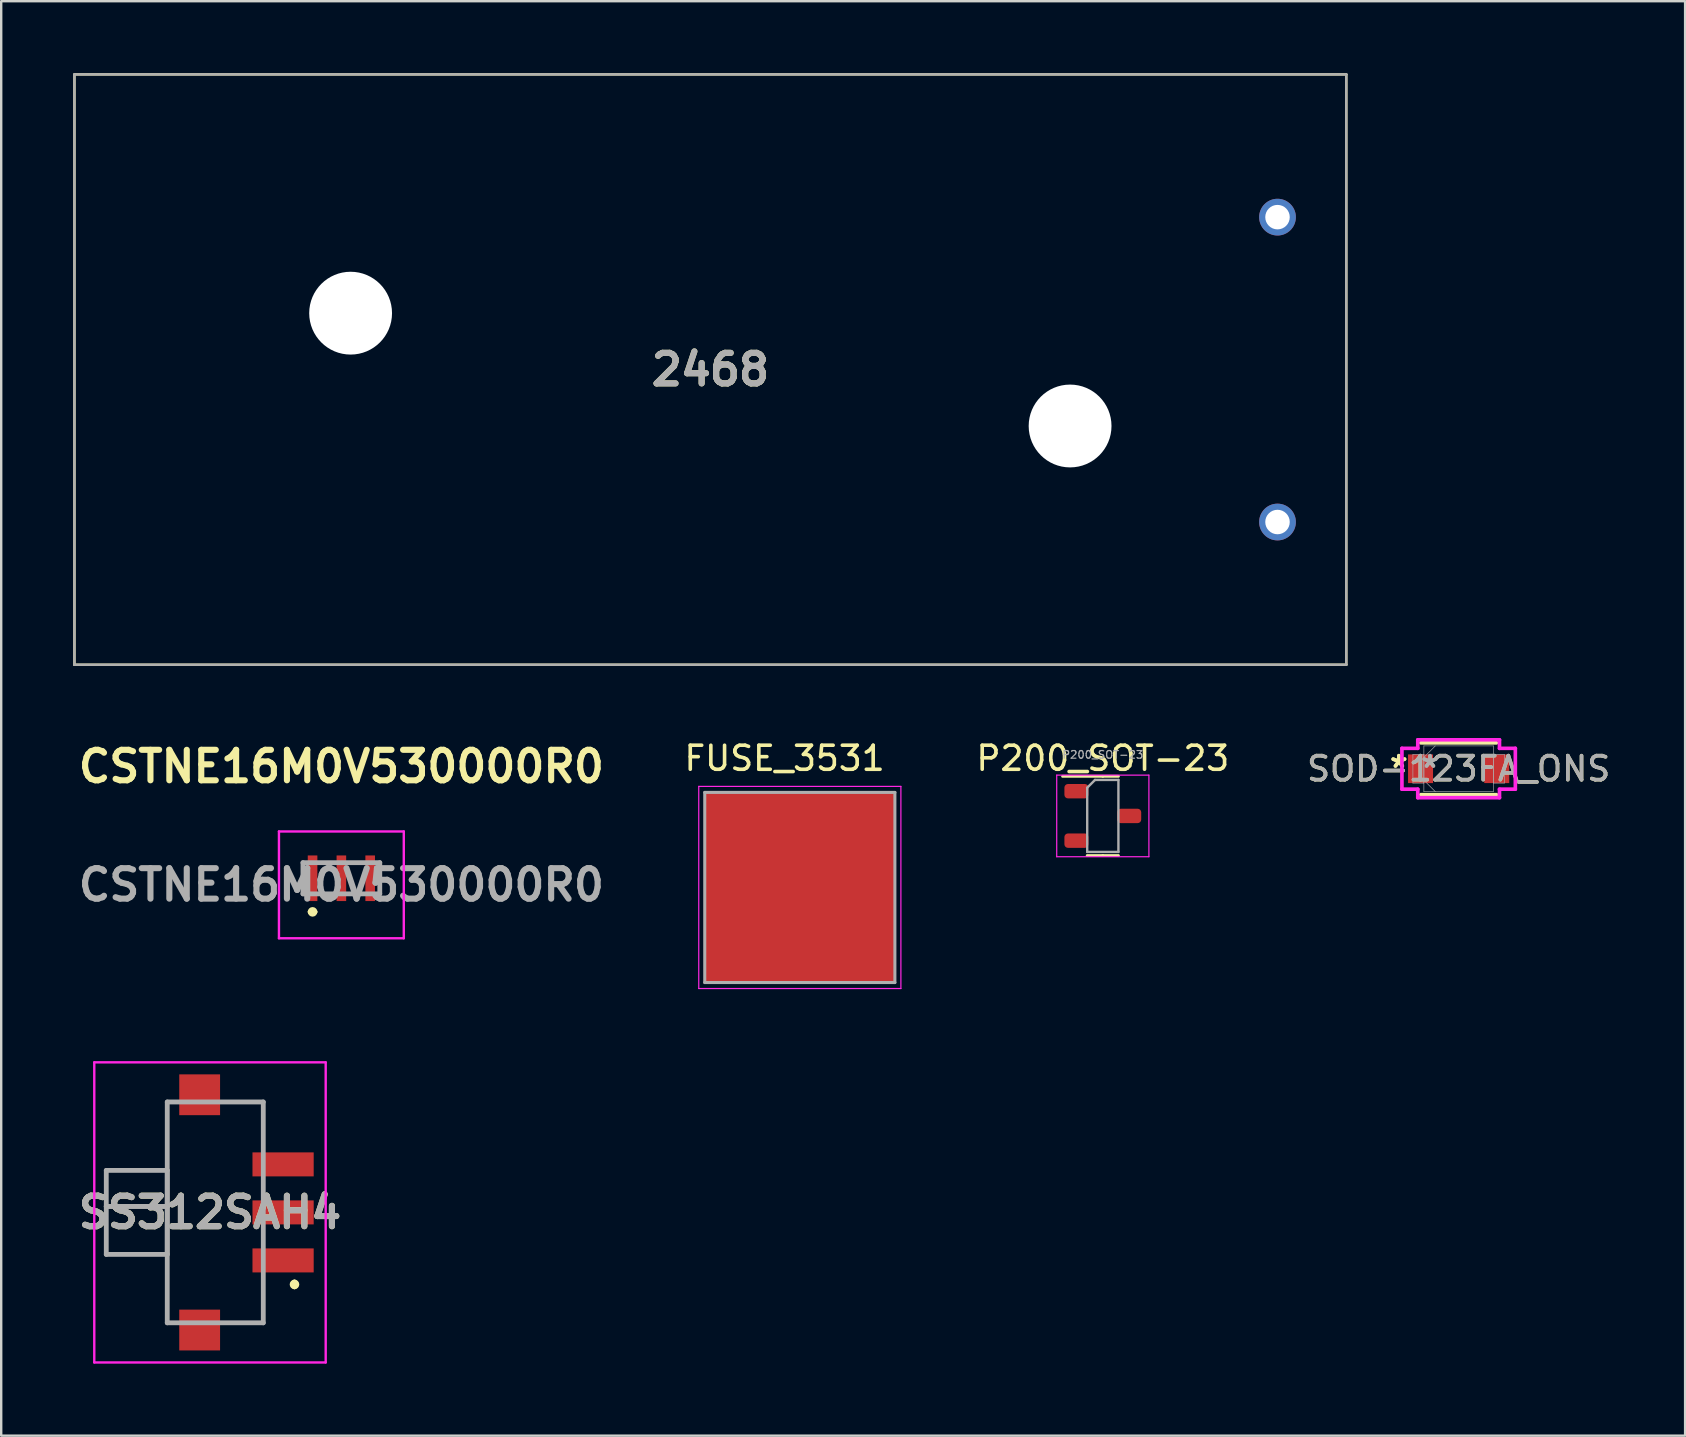
<source format=kicad_pcb>
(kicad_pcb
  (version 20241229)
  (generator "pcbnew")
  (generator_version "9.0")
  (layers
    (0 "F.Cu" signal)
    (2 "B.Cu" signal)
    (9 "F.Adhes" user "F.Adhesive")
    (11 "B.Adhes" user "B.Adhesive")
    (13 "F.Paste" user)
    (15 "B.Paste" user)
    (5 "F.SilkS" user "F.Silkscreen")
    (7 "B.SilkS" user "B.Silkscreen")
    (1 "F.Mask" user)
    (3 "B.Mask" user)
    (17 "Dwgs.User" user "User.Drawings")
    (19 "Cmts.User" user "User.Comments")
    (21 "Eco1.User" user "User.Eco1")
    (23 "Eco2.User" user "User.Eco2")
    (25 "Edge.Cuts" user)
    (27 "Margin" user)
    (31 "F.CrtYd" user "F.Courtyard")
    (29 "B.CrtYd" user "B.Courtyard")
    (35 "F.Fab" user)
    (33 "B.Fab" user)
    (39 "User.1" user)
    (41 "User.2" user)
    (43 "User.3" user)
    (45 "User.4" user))
  (footprint "CSTNE16M0V530000R0"
    (layer "F.Cu")
    (at 11.17 33.959)
    (property "Reference" "CSTNE16M0V530000R0" (at 0 -5.08 0) (layer "F.SilkS") (effects (font (size 1.27 1.27) (thickness 0.254))))
    (attr smd)
    (fp_line (start -1.6 0.225) (end -1.6 -1.075) (stroke (width 0.1) (type solid)) (layer "F.SilkS"))
    (fp_line (start -1.3 0.975) (end -1.3 0.975) (stroke (width 0.2) (type solid)) (layer "F.SilkS"))
    (fp_line (start -1.1 0.975) (end -1.1 0.975) (stroke (width 0.2) (type solid)) (layer "F.SilkS"))
    (fp_line (start 1.6 0.225) (end 1.6 -1.075) (stroke (width 0.1) (type solid)) (layer "F.SilkS"))
    (fp_arc (start -1.3 0.975) (mid -1.2 0.875) (end -1.1 0.975) (stroke (width 0.2) (type solid)) (layer "F.SilkS"))
    (fp_arc (start -1.1 0.975) (mid -1.2 1.075) (end -1.3 0.975) (stroke (width 0.2) (type solid)) (layer "F.SilkS"))
    (fp_line (start -2.6 -2.375) (end 2.6 -2.375) (stroke (width 0.1) (type solid)) (layer "F.CrtYd"))
    (fp_line (start -2.6 2.075) (end -2.6 -2.375) (stroke (width 0.1) (type solid)) (layer "F.CrtYd"))
    (fp_line (start 2.6 -2.375) (end 2.6 2.075) (stroke (width 0.1) (type solid)) (layer "F.CrtYd"))
    (fp_line (start 2.6 2.075) (end -2.6 2.075) (stroke (width 0.1) (type solid)) (layer "F.CrtYd"))
    (fp_line (start -1.6 -1.075) (end 1.6 -1.075) (stroke (width 0.2) (type solid)) (layer "F.Fab"))
    (fp_line (start -1.6 0.225) (end -1.6 -1.075) (stroke (width 0.2) (type solid)) (layer "F.Fab"))
    (fp_line (start 1.6 -1.075) (end 1.6 0.225) (stroke (width 0.2) (type solid)) (layer "F.Fab"))
    (fp_line (start 1.6 0.225) (end -1.6 0.225) (stroke (width 0.2) (type solid)) (layer "F.Fab"))
    (fp_text user "${REFERENCE}" (at 0 -0.15 0) (layer "F.Fab") (effects (font (size 1.27 1.27) (thickness 0.254))))
    (pad "1" smd rect (at -1.2 -0.425) (size 0.4 1.9) (layers "F.Cu" "F.Mask" "F.Paste"))
    (pad "2" smd rect (at 0 -0.425) (size 0.4 1.9) (layers "F.Cu" "F.Mask" "F.Paste"))
    (pad "3" smd rect (at 1.2 -0.425) (size 0.4 1.9) (layers "F.Cu" "F.Mask" "F.Paste")))
  (footprint "P200_SOT-23"
    (layer "F.Cu")
    (at 42.888 30.938)
    (property "Reference" "P200_SOT-23" (at 0 -2.4 0) (layer "F.SilkS") (effects (font (size 1 1) (thickness 0.15))))
    (attr smd)
    (fp_line (start 0 -1.65) (end -1.675 -1.65) (stroke (width 0.12) (type solid)) (layer "F.SilkS"))
    (fp_line (start 0 -1.65) (end 0.65 -1.65) (stroke (width 0.12) (type solid)) (layer "F.SilkS"))
    (fp_line (start 0 1.65) (end -0.65 1.65) (stroke (width 0.12) (type solid)) (layer "F.SilkS"))
    (fp_line (start 0 1.65) (end 0.65 1.65) (stroke (width 0.12) (type solid)) (layer "F.SilkS"))
    (fp_line (start -1.92 -1.7) (end -1.92 1.7) (stroke (width 0.05) (type solid)) (layer "F.CrtYd"))
    (fp_line (start -1.92 1.7) (end 1.92 1.7) (stroke (width 0.05) (type solid)) (layer "F.CrtYd"))
    (fp_line (start 1.92 -1.7) (end -1.92 -1.7) (stroke (width 0.05) (type solid)) (layer "F.CrtYd"))
    (fp_line (start 1.92 1.7) (end 1.92 -1.7) (stroke (width 0.05) (type solid)) (layer "F.CrtYd"))
    (fp_line (start -0.65 -1.175) (end -0.325 -1.5) (stroke (width 0.1) (type solid)) (layer "F.Fab"))
    (fp_line (start -0.65 1.5) (end -0.65 -1.175) (stroke (width 0.1) (type solid)) (layer "F.Fab"))
    (fp_line (start -0.325 -1.5) (end 0.65 -1.5) (stroke (width 0.1) (type solid)) (layer "F.Fab"))
    (fp_line (start 0.65 -1.5) (end 0.65 1.5) (stroke (width 0.1) (type solid)) (layer "F.Fab"))
    (fp_line (start 0.65 1.5) (end -0.65 1.5) (stroke (width 0.1) (type solid)) (layer "F.Fab"))
    (fp_text user "${REFERENCE}" (at 0 -2.55 0) (layer "F.Fab") (effects (font (size 0.32 0.32) (thickness 0.05))))
    (pad "1" smd roundrect (at -1.1 -1.03) (size 1 0.6) (layers "F.Cu" "F.Mask" "F.Paste") (roundrect_rratio 0.25))
    (pad "2" smd roundrect (at -1.1 1.03) (size 1 0.6) (layers "F.Cu" "F.Mask" "F.Paste") (roundrect_rratio 0.25))
    (pad "3" smd roundrect (at 1.1 0) (size 1 0.6) (layers "F.Cu" "F.Mask" "F.Paste") (roundrect_rratio 0.25)))
  (footprint "2468"
    (layer "F.Cu")
    (at 26.54 12.345)
    (property "Reference" "2468" (at 0 0 0) (layer "F.SilkS") (effects (font (size 1.27 1.27) (thickness 0.254))))
    (attr through_hole)
    (fp_line (start -26.49 -12.295) (end -26.49 12.295) (stroke (width 0.1) (type solid)) (layer "F.SilkS"))
    (fp_line (start -26.49 12.295) (end 26.49 12.295) (stroke (width 0.1) (type solid)) (layer "F.SilkS"))
    (fp_line (start 26.49 -12.295) (end -26.49 -12.295) (stroke (width 0.1) (type solid)) (layer "F.SilkS"))
    (fp_line (start 26.49 12.295) (end 26.49 -12.295) (stroke (width 0.1) (type solid)) (layer "F.SilkS"))
    (fp_line (start -26.49 -12.295) (end -26.49 12.295) (stroke (width 0.1) (type solid)) (layer "F.Fab"))
    (fp_line (start -26.49 12.295) (end 26.49 12.295) (stroke (width 0.1) (type solid)) (layer "F.Fab"))
    (fp_line (start 26.49 -12.295) (end -26.49 -12.295) (stroke (width 0.1) (type solid)) (layer "F.Fab"))
    (fp_line (start 26.49 12.295) (end 26.49 -12.295) (stroke (width 0.1) (type solid)) (layer "F.Fab"))
    (fp_text user "${REFERENCE}" (at 0 0 0) (layer "F.Fab") (effects (font (size 1.27 1.27) (thickness 0.254))))
    (pad "" np_thru_hole circle (at -14.985 -2.35) (size 3.45 3.45) (drill 3.45) (layers "*.Cu" "*.Mask"))
    (pad "" np_thru_hole circle (at 14.985 2.35) (size 3.45 3.45) (drill 3.45) (layers "*.Cu" "*.Mask"))
    (pad "1" thru_hole circle (at 23.625 6.35) (size 1.53 1.53) (drill 1.02) (layers "*.Cu" "*.Mask"))
    (pad "2" thru_hole circle (at 23.625 -6.35) (size 1.53 1.53) (drill 1.02) (layers "*.Cu" "*.Mask")))
  (footprint "FUSE_3531"
    (layer "F.Cu")
    (at 30.267 33.918)
    (property "Reference" "FUSE_3531" (at -0.635 -5.38 0) (layer "F.SilkS") (effects (font (size 1 1) (thickness 0.15))))
    (attr smd)
    (fp_line (start -4.21 -4.21) (end 4.21 -4.21) (stroke (width 0.05) (type solid)) (layer "F.CrtYd"))
    (fp_line (start -4.21 4.21) (end -4.21 -4.21) (stroke (width 0.05) (type solid)) (layer "F.CrtYd"))
    (fp_line (start 4.21 -4.21) (end 4.21 4.21) (stroke (width 0.05) (type solid)) (layer "F.CrtYd"))
    (fp_line (start 4.21 4.21) (end -4.21 4.21) (stroke (width 0.05) (type solid)) (layer "F.CrtYd"))
    (fp_line (start -3.96 -3.96) (end 3.96 -3.96) (stroke (width 0.127) (type solid)) (layer "F.Fab"))
    (fp_line (start -3.96 3.96) (end -3.96 -3.96) (stroke (width 0.127) (type solid)) (layer "F.Fab"))
    (fp_line (start 3.96 -3.96) (end 3.96 3.96) (stroke (width 0.127) (type solid)) (layer "F.Fab"))
    (fp_line (start 3.96 3.96) (end -3.96 3.96) (stroke (width 0.127) (type solid)) (layer "F.Fab"))
    (pad "1" smd rect (at 0 0) (size 7.9 7.9) (layers "F.Cu" "F.Mask" "F.Paste")))
  (footprint "SOD-123FA_ONS"
    (layer "F.Cu")
    (at 57.71 28.973)
    (property "Reference" "SOD-123FA_ONS" (at 0 0 0) (unlocked yes) (layer "F.SilkS") (effects (font (size 1 1) (thickness 0.15))))
    (attr smd)
    (fp_line (start -1.575 1.079) (end 1.575 1.079) (stroke (width 0.152) (type solid)) (layer "F.SilkS"))
    (fp_line (start 1.575 -1.079) (end -1.575 -1.079) (stroke (width 0.152) (type solid)) (layer "F.SilkS"))
    (fp_line (start -2.362 -0.851) (end -1.702 -0.851) (stroke (width 0.152) (type solid)) (layer "F.CrtYd"))
    (fp_line (start -2.362 0.851) (end -2.362 -0.851) (stroke (width 0.152) (type solid)) (layer "F.CrtYd"))
    (fp_line (start -1.702 -1.206) (end 1.702 -1.206) (stroke (width 0.152) (type solid)) (layer "F.CrtYd"))
    (fp_line (start -1.702 -0.851) (end -1.702 -1.206) (stroke (width 0.152) (type solid)) (layer "F.CrtYd"))
    (fp_line (start -1.702 0.851) (end -2.362 0.851) (stroke (width 0.152) (type solid)) (layer "F.CrtYd"))
    (fp_line (start -1.702 1.206) (end -1.702 0.851) (stroke (width 0.152) (type solid)) (layer "F.CrtYd"))
    (fp_line (start 1.702 -1.206) (end 1.702 -0.851) (stroke (width 0.152) (type solid)) (layer "F.CrtYd"))
    (fp_line (start 1.702 -0.851) (end 2.362 -0.851) (stroke (width 0.152) (type solid)) (layer "F.CrtYd"))
    (fp_line (start 1.702 0.851) (end 1.702 1.206) (stroke (width 0.152) (type solid)) (layer "F.CrtYd"))
    (fp_line (start 1.702 1.206) (end -1.702 1.206) (stroke (width 0.152) (type solid)) (layer "F.CrtYd"))
    (fp_line (start 2.362 -0.851) (end 2.362 0.851) (stroke (width 0.152) (type solid)) (layer "F.CrtYd"))
    (fp_line (start 2.362 0.851) (end 1.702 0.851) (stroke (width 0.152) (type solid)) (layer "F.CrtYd"))
    (fp_line (start -1.905 -0.597) (end -1.905 0.597) (stroke (width 0.025) (type solid)) (layer "F.Fab"))
    (fp_line (start -1.905 0.597) (end -1.448 0.597) (stroke (width 0.025) (type solid)) (layer "F.Fab"))
    (fp_line (start -1.448 -0.953) (end -1.448 0.953) (stroke (width 0.025) (type solid)) (layer "F.Fab"))
    (fp_line (start -1.448 -0.597) (end -1.905 -0.597) (stroke (width 0.025) (type solid)) (layer "F.Fab"))
    (fp_line (start -1.448 -0.476) (end -0.972 -0.953) (stroke (width 0.025) (type solid)) (layer "F.Fab"))
    (fp_line (start -1.448 0.476) (end -0.972 0.953) (stroke (width 0.025) (type solid)) (layer "F.Fab"))
    (fp_line (start -1.448 0.597) (end -1.448 -0.597) (stroke (width 0.025) (type solid)) (layer "F.Fab"))
    (fp_line (start -1.448 0.953) (end 1.448 0.953) (stroke (width 0.025) (type solid)) (layer "F.Fab"))
    (fp_line (start 1.448 -0.953) (end -1.448 -0.953) (stroke (width 0.025) (type solid)) (layer "F.Fab"))
    (fp_line (start 1.448 -0.597) (end 1.448 0.597) (stroke (width 0.025) (type solid)) (layer "F.Fab"))
    (fp_line (start 1.448 0.597) (end 1.905 0.597) (stroke (width 0.025) (type solid)) (layer "F.Fab"))
    (fp_line (start 1.448 0.953) (end 1.448 -0.953) (stroke (width 0.025) (type solid)) (layer "F.Fab"))
    (fp_line (start 1.905 -0.597) (end 1.448 -0.597) (stroke (width 0.025) (type solid)) (layer "F.Fab"))
    (fp_line (start 1.905 0.597) (end 1.905 -0.597) (stroke (width 0.025) (type solid)) (layer "F.Fab"))
    (fp_text user "*" (at -2.489 0 0) (layer "F.SilkS") (effects (font (size 1 1) (thickness 0.15))))
    (fp_text user "*" (at -2.489 0 0) (unlocked yes) (layer "F.SilkS") (effects (font (size 1 1) (thickness 0.15))))
    (fp_text user "*" (at -1.194 0 0) (unlocked yes) (layer "F.Fab") (effects (font (size 1 1) (thickness 0.15))))
    (fp_text user "${REFERENCE}" (at 0 0 0) (unlocked yes) (layer "F.Fab") (effects (font (size 1 1) (thickness 0.15))))
    (fp_text user "*" (at -1.194 0 0) (layer "F.Fab") (effects (font (size 1 1) (thickness 0.15))))
    (pad "1" smd rect (at -1.587 0) (size 1.041 1.194) (layers "F.Cu" "F.Mask" "F.Paste"))
    (pad "2" smd rect (at 1.587 0) (size 1.041 1.194) (layers "F.Cu" "F.Mask" "F.Paste"))
    (zone (net_name "") (layer "F.Cu") (hatch full 0.508) (connect_pads) (min_thickness 0.254) (filled_areas_thickness no) (keepout (tracks not_allowed) (vias not_allowed) (pads allowed) (copperpour not_allowed) (footprints allowed)) (placement (enabled no)) (fill) (polygon (pts (xy 56.694 28.071) (xy 58.726 28.071) (xy 58.726 29.874) (xy 56.694 29.874)))))
  (footprint "SS312SAH4"
    (layer "F.Cu")
    (at 5.697 47.453)
    (property "Reference" "SS312SAH4" (at 0 0 0) (layer "F.SilkS") (effects (font (size 1.27 1.27) (thickness 0.254))))
    (attr smd)
    (fp_line (start -1.78 -4.6) (end -1.78 4.6) (stroke (width 0.1) (type solid)) (layer "F.SilkS"))
    (fp_line (start 2.22 -4.6) (end 1.22 -4.6) (stroke (width 0.1) (type solid)) (layer "F.SilkS"))
    (fp_line (start 2.22 -3) (end 2.22 -4.6) (stroke (width 0.1) (type solid)) (layer "F.SilkS"))
    (fp_line (start 2.22 3) (end 2.22 4.6) (stroke (width 0.1) (type solid)) (layer "F.SilkS"))
    (fp_line (start 2.22 4.6) (end 1.22 4.6) (stroke (width 0.1) (type solid)) (layer "F.SilkS"))
    (fp_line (start 3.52 2.9) (end 3.52 2.9) (stroke (width 0.2) (type solid)) (layer "F.SilkS"))
    (fp_line (start 3.52 3.1) (end 3.52 3.1) (stroke (width 0.2) (type solid)) (layer "F.SilkS"))
    (fp_arc (start 3.52 2.9) (mid 3.62 3) (end 3.52 3.1) (stroke (width 0.2) (type solid)) (layer "F.SilkS"))
    (fp_arc (start 3.52 3.1) (mid 3.42 3) (end 3.52 2.9) (stroke (width 0.2) (type solid)) (layer "F.SilkS"))
    (fp_line (start -4.82 -6.25) (end 4.82 -6.25) (stroke (width 0.1) (type solid)) (layer "F.CrtYd"))
    (fp_line (start -4.82 6.25) (end -4.82 -6.25) (stroke (width 0.1) (type solid)) (layer "F.CrtYd"))
    (fp_line (start 4.82 -6.25) (end 4.82 6.25) (stroke (width 0.1) (type solid)) (layer "F.CrtYd"))
    (fp_line (start 4.82 6.25) (end -4.82 6.25) (stroke (width 0.1) (type solid)) (layer "F.CrtYd"))
    (fp_line (start -4.32 -1.75) (end -4.32 -0.25) (stroke (width 0.2) (type solid)) (layer "F.Fab"))
    (fp_line (start -4.32 -0.25) (end -1.78 -0.25) (stroke (width 0.2) (type solid)) (layer "F.Fab"))
    (fp_line (start -4.32 -0.25) (end -1.78 -0.25) (stroke (width 0.2) (type solid)) (layer "F.Fab"))
    (fp_line (start -4.32 1.75) (end -4.32 -0.25) (stroke (width 0.2) (type solid)) (layer "F.Fab"))
    (fp_line (start -1.78 -4.6) (end 2.22 -4.6) (stroke (width 0.2) (type solid)) (layer "F.Fab"))
    (fp_line (start -1.78 -1.75) (end -4.32 -1.75) (stroke (width 0.2) (type solid)) (layer "F.Fab"))
    (fp_line (start -1.78 -0.25) (end -1.78 -1.75) (stroke (width 0.2) (type solid)) (layer "F.Fab"))
    (fp_line (start -1.78 -0.25) (end -1.78 1.75) (stroke (width 0.2) (type solid)) (layer "F.Fab"))
    (fp_line (start -1.78 1.75) (end -4.32 1.75) (stroke (width 0.2) (type solid)) (layer "F.Fab"))
    (fp_line (start -1.78 4.6) (end -1.78 -4.6) (stroke (width 0.2) (type solid)) (layer "F.Fab"))
    (fp_line (start 2.22 -4.6) (end 2.22 4.6) (stroke (width 0.2) (type solid)) (layer "F.Fab"))
    (fp_line (start 2.22 4.6) (end -1.78 4.6) (stroke (width 0.2) (type solid)) (layer "F.Fab"))
    (fp_text user "${REFERENCE}" (at 0 0 0) (layer "F.Fab") (effects (font (size 1.27 1.27) (thickness 0.254))))
    (pad "1" smd rect (at 3.045 2 90) (size 1 2.55) (layers "F.Cu" "F.Mask" "F.Paste"))
    (pad "2" smd rect (at 3.045 0 90) (size 1 2.55) (layers "F.Cu" "F.Mask" "F.Paste"))
    (pad "3" smd rect (at 3.045 -2 90) (size 1 2.55) (layers "F.Cu" "F.Mask" "F.Paste"))
    (pad "MP1" smd rect (at -0.43 4.9 90) (size 1.7 1.7) (layers "F.Cu" "F.Mask" "F.Paste"))
    (pad "MP2" smd rect (at -0.43 -4.9 90) (size 1.7 1.7) (layers "F.Cu" "F.Mask" "F.Paste")))
  (gr_rect
    (start -3 -3)
    (end 67.144 56.753)
    (stroke (width 0.1) (type default))
    (fill no)
    (layer "Edge.Cuts")))
</source>
